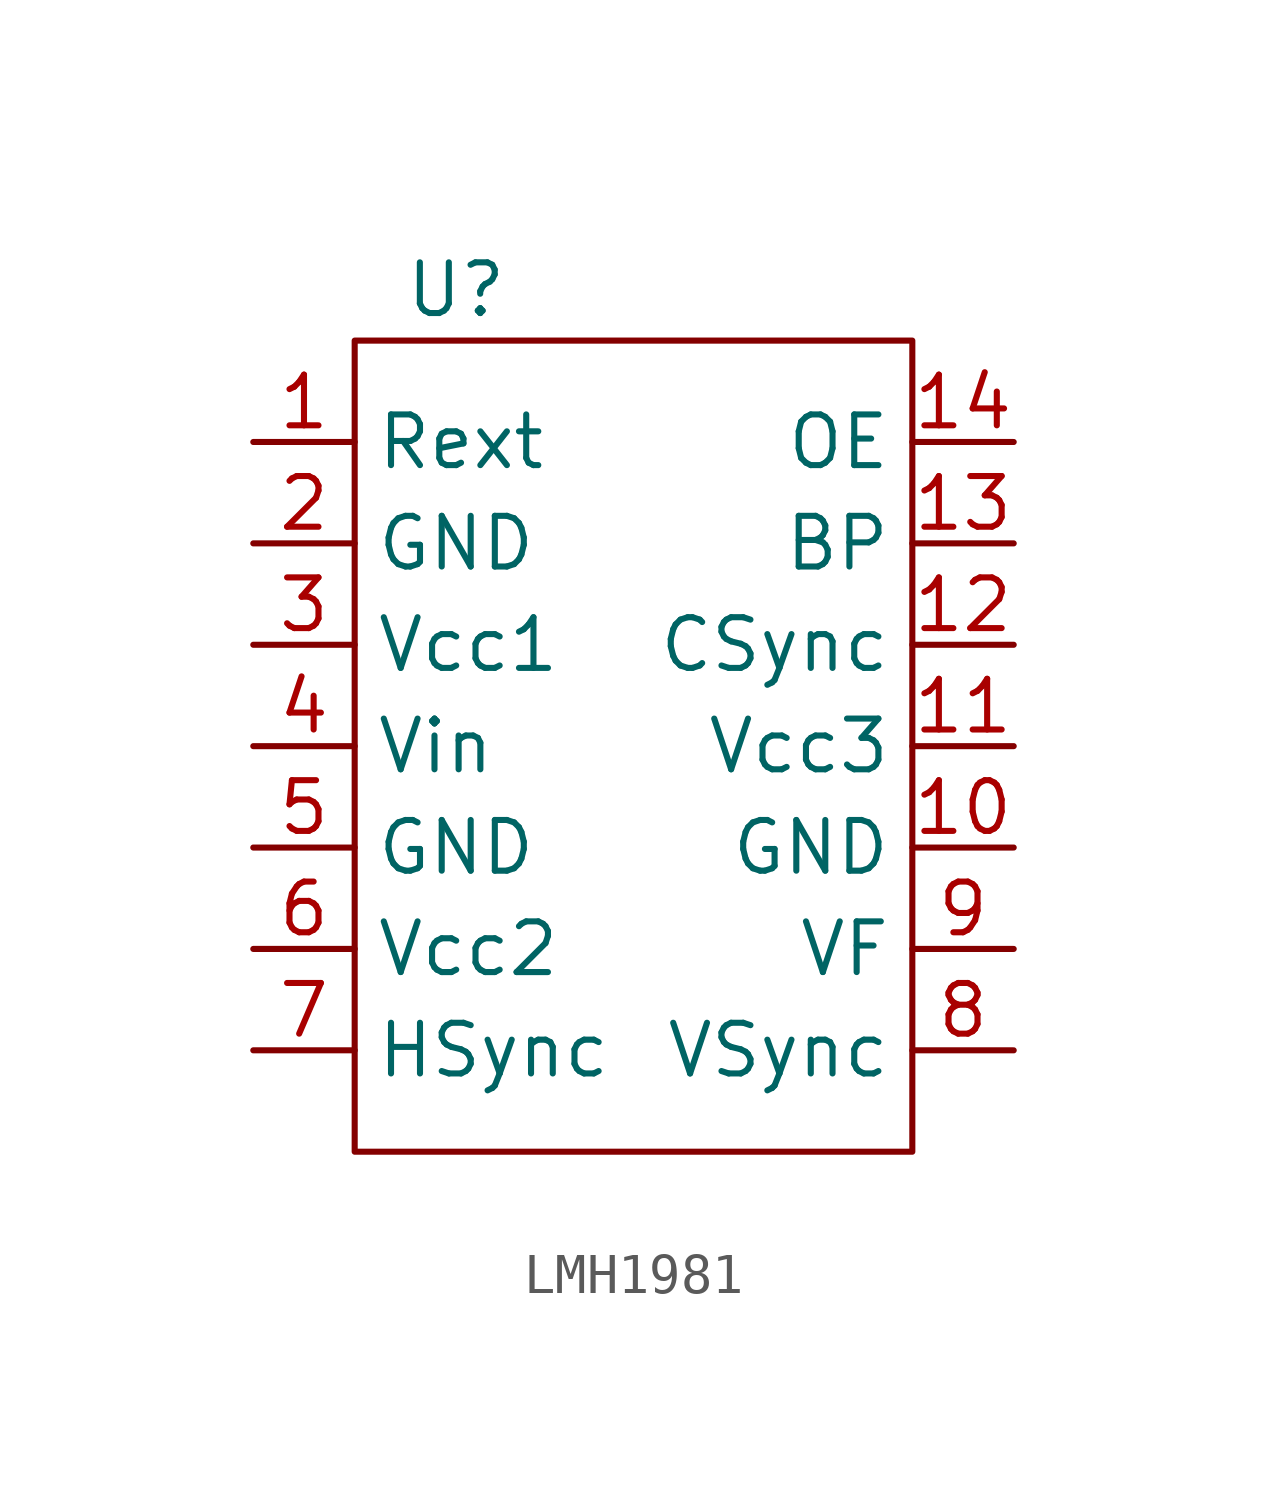
<source format=kicad_sym>
(kicad_symbol_lib
  (version 20220914)
  (generator kicad_symbol_editor)
  (symbol "LMH1981"
    (property "Reference" "U"
      (at -5.08 11.43 0)
      (effects (font (size 1.27 1.27))))
    (property "Value" ""
      (at 8.89 11.43 0)
      (effects (font (size 1.27 1.27))))
    (symbol "LMH1981_0_1"
      (rectangle (start -7.62 10.16) (end 6.35 -10.16) (stroke (width 0) (type default)) (fill (type none))))
    (symbol "LMH1981_1_1"
      (pin input line (at -10.16 7.62 0) (length 2.54) (name "Rext" (effects (font (size 1.27 1.27)))) (number "1" (effects (font (size 1.27 1.27)))))
      (pin power_in line (at 8.89 -2.54 180) (length 2.54) (name "GND" (effects (font (size 1.27 1.27)))) (number "10" (effects (font (size 1.27 1.27)))))
      (pin power_in line (at 8.89 0 180) (length 2.54) (name "Vcc3" (effects (font (size 1.27 1.27)))) (number "11" (effects (font (size 1.27 1.27)))))
      (pin output line (at 8.89 2.54 180) (length 2.54) (name "CSync" (effects (font (size 1.27 1.27)))) (number "12" (effects (font (size 1.27 1.27)))))
      (pin output line (at 8.89 5.08 180) (length 2.54) (name "BP" (effects (font (size 1.27 1.27)))) (number "13" (effects (font (size 1.27 1.27)))))
      (pin output line (at 8.89 7.62 180) (length 2.54) (name "OE" (effects (font (size 1.27 1.27)))) (number "14" (effects (font (size 1.27 1.27)))))
      (pin power_in line (at -10.16 5.08 0) (length 2.54) (name "GND" (effects (font (size 1.27 1.27)))) (number "2" (effects (font (size 1.27 1.27)))))
      (pin power_in line (at -10.16 2.54 0) (length 2.54) (name "Vcc1" (effects (font (size 1.27 1.27)))) (number "3" (effects (font (size 1.27 1.27)))))
      (pin input line (at -10.16 0 0) (length 2.54) (name "Vin" (effects (font (size 1.27 1.27)))) (number "4" (effects (font (size 1.27 1.27)))))
      (pin power_in line (at -10.16 -2.54 0) (length 2.54) (name "GND" (effects (font (size 1.27 1.27)))) (number "5" (effects (font (size 1.27 1.27)))))
      (pin power_in line (at -10.16 -5.08 0) (length 2.54) (name "Vcc2" (effects (font (size 1.27 1.27)))) (number "6" (effects (font (size 1.27 1.27)))))
      (pin output line (at -10.16 -7.62 0) (length 2.54) (name "HSync" (effects (font (size 1.27 1.27)))) (number "7" (effects (font (size 1.27 1.27)))))
      (pin output line (at 8.89 -7.62 180) (length 2.54) (name "VSync" (effects (font (size 1.27 1.27)))) (number "8" (effects (font (size 1.27 1.27)))))
      (pin output line (at 8.89 -5.08 180) (length 2.54) (name "VF" (effects (font (size 1.27 1.27)))) (number "9" (effects (font (size 1.27 1.27))))))))
</source>
